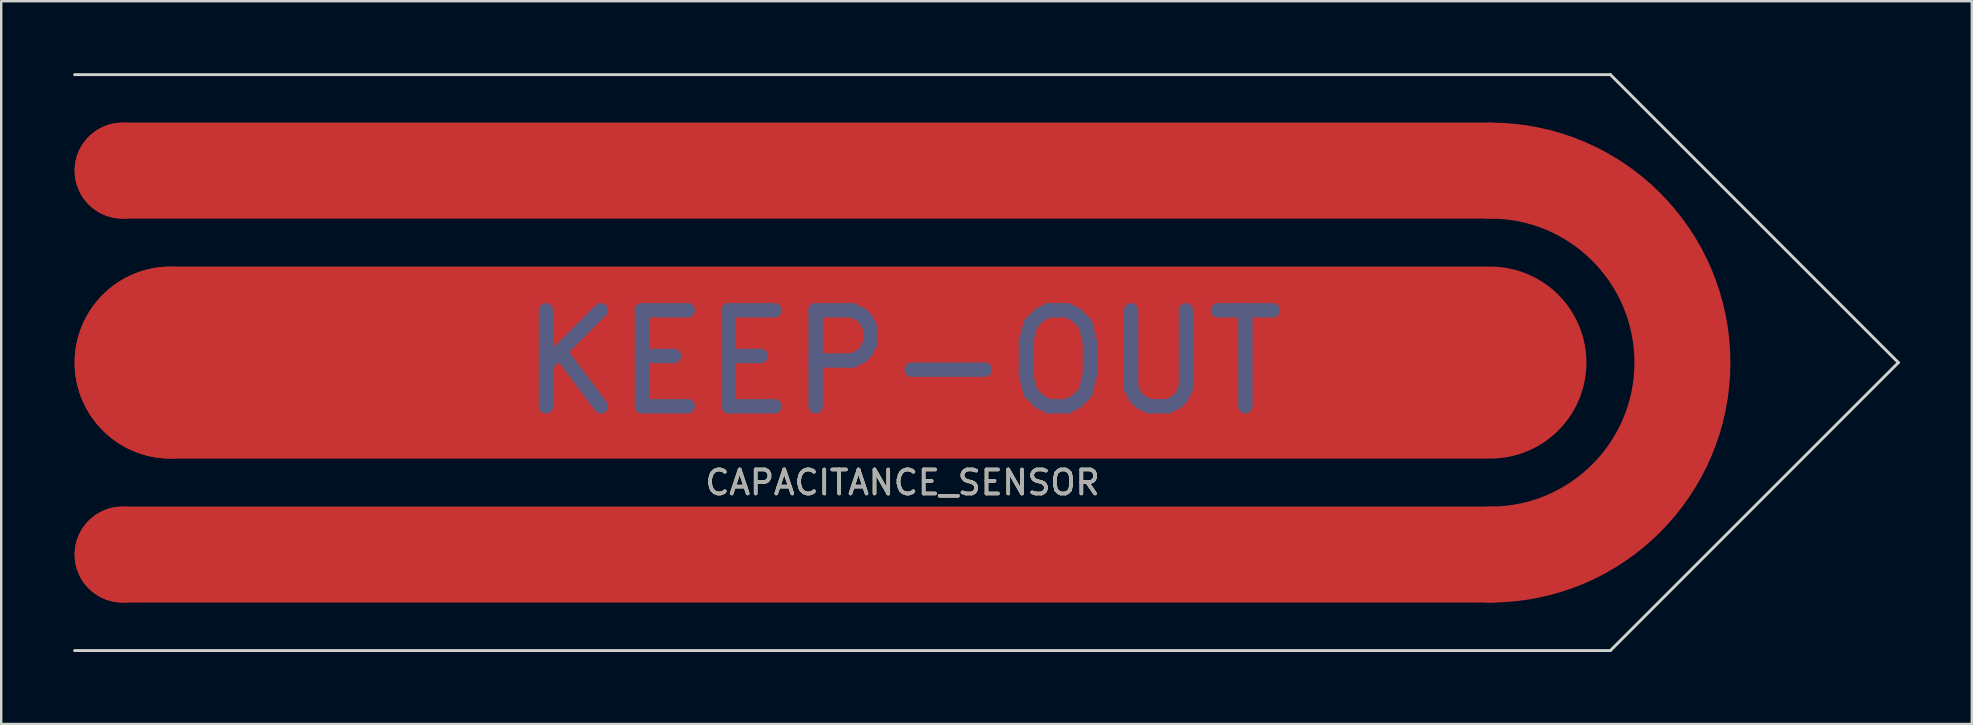
<source format=kicad_pcb>
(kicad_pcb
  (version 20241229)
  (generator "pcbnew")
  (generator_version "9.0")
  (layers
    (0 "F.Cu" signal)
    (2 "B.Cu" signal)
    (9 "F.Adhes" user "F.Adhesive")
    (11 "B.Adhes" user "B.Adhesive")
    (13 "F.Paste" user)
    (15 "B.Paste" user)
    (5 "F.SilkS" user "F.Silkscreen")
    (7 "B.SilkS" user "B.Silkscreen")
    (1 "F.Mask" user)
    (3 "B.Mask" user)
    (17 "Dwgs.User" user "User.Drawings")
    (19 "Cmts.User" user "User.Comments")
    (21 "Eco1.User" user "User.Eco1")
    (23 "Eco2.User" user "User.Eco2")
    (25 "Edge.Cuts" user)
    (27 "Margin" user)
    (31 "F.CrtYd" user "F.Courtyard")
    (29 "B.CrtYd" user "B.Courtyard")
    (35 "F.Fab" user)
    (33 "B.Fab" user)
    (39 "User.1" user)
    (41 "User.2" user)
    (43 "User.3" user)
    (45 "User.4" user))
  (footprint "CAPACITANCE_SENSOR"
    (layer "F.Cu")
    (at 34.56 12.06)
    (property "Reference" "CAPACITANCE_SENSOR" (at 0 5 0) (unlocked yes) (layer "F.SilkS") (effects (font (size 1 1) (thickness 0.15))))
    (fp_line (start -30.5 0) (end 24.5 0) (stroke (width 8) (type solid)) (layer "F.Cu"))
    (fp_line (start 24.5 -8) (end -32.5 -8) (stroke (width 4) (type solid)) (layer "F.Cu"))
    (fp_line (start 24.5 8) (end -32.5 8) (stroke (width 4) (type solid)) (layer "F.Cu"))
    (fp_arc (start 24.5 -8) (mid 32.5 0) (end 24.5 8) (stroke (width 4) (type solid)) (layer "F.Cu"))
    (fp_line (start -34.5 -12) (end 29.5 -12) (stroke (width 0.12) (type solid)) (layer "Edge.Cuts"))
    (fp_line (start -34.5 12) (end 29.5 12) (stroke (width 0.12) (type solid)) (layer "Edge.Cuts"))
    (fp_line (start 29.5 -12) (end 41.5 0) (stroke (width 0.12) (type solid)) (layer "Edge.Cuts"))
    (fp_line (start 29.5 12) (end 41.5 0) (stroke (width 0.12) (type solid)) (layer "Edge.Cuts"))
    (fp_text user "KEEP-OUT" (at 0 0 0) (unlocked yes) (layer "B.Fab") (effects (font (size 4 4) (thickness 0.6))))
    (fp_text user "${REFERENCE}" (at 0 5 0) (unlocked yes) (layer "F.Fab") (effects (font (size 1 1) (thickness 0.15))))
    (pad "1" smd circle (at -32.5 -8) (size 4 4) (layers "F.Cu"))
    (pad "1" smd circle (at -32.5 8) (size 4 4) (layers "F.Cu"))
    (pad "2" smd circle (at -30.5 0) (size 8 8) (layers "F.Cu"))
    (zone (net_name "") (layer "B.Cu") (name "KEEPOUT") (hatch full 0.508) (connect_pads) (min_thickness 0.254) (filled_areas_thickness no) (keepout (tracks not_allowed) (vias not_allowed) (pads not_allowed) (copperpour not_allowed) (footprints not_allowed)) (placement (enabled no)) (fill) (polygon (pts (xy 76.06 12.06) (xy 64.06 24.06) (xy 0.06 24.06) (xy 0.06 0.06) (xy 64.06 0.06)))))
  (gr_rect
    (start -3 -3)
    (end 79.12 27.12)
    (stroke (width 0.1) (type default))
    (fill no)
    (layer "Edge.Cuts")))
</source>
